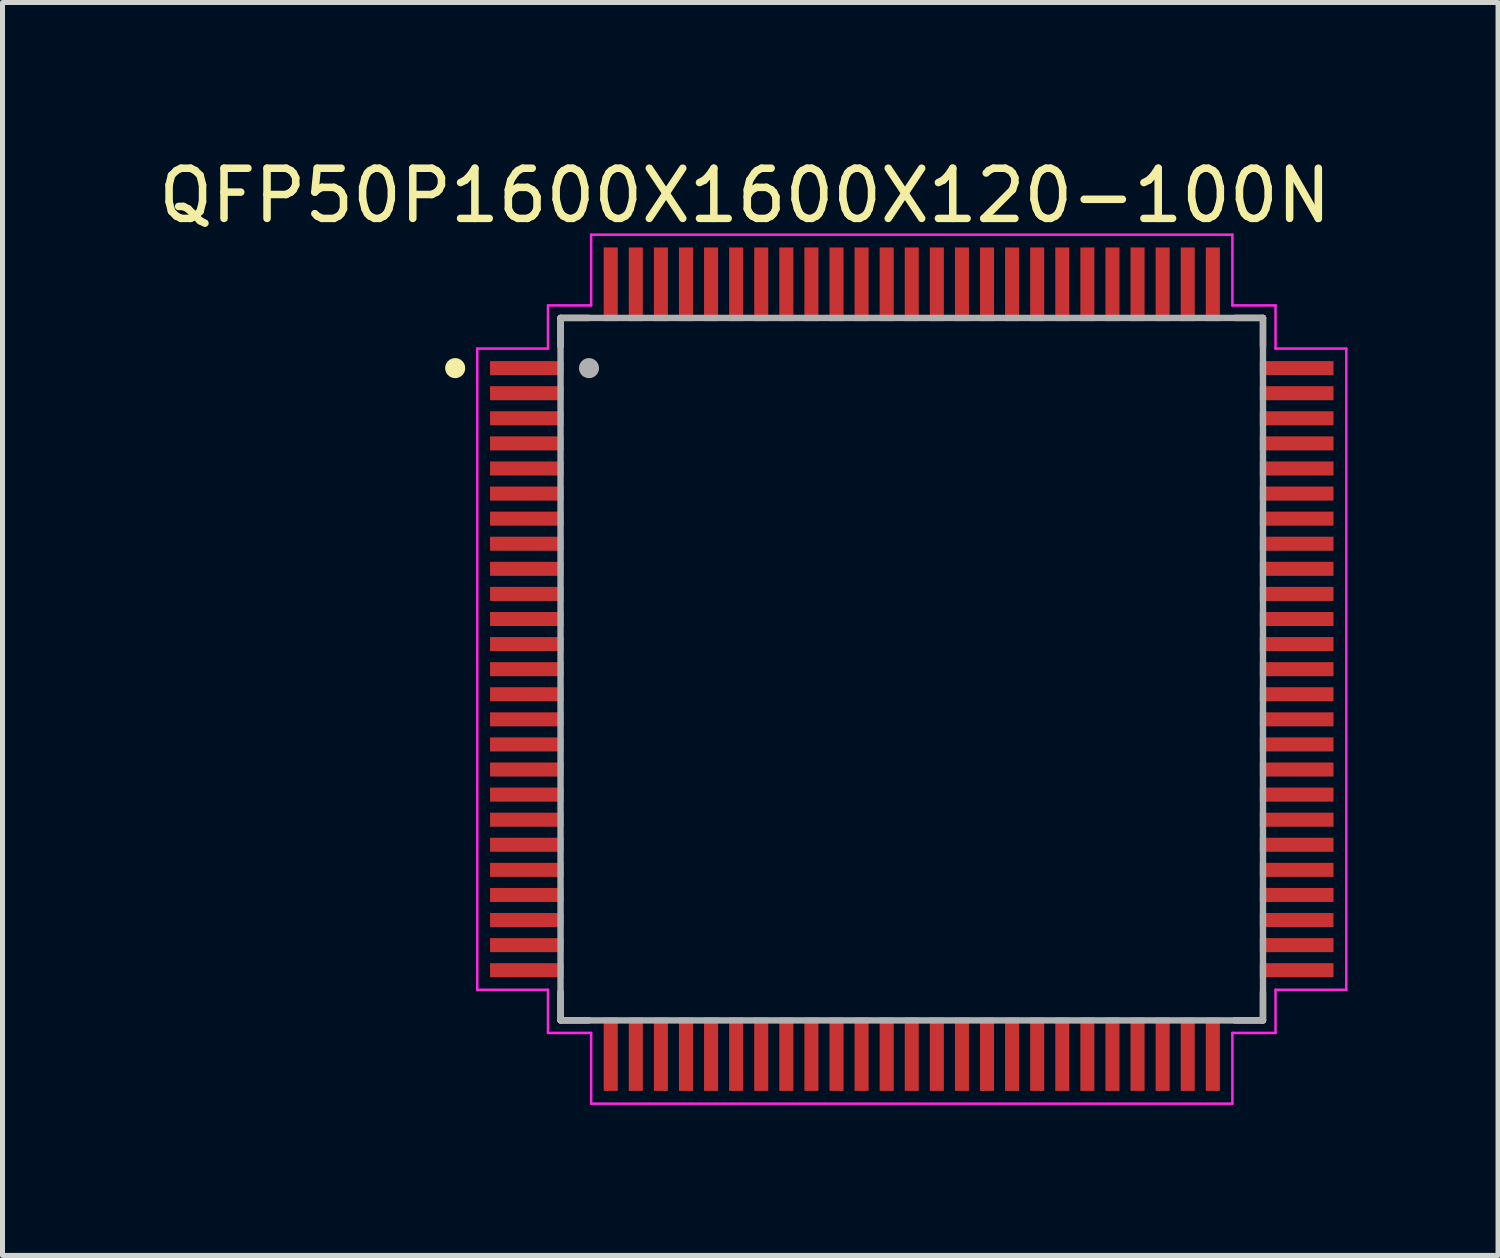
<source format=kicad_pcb>
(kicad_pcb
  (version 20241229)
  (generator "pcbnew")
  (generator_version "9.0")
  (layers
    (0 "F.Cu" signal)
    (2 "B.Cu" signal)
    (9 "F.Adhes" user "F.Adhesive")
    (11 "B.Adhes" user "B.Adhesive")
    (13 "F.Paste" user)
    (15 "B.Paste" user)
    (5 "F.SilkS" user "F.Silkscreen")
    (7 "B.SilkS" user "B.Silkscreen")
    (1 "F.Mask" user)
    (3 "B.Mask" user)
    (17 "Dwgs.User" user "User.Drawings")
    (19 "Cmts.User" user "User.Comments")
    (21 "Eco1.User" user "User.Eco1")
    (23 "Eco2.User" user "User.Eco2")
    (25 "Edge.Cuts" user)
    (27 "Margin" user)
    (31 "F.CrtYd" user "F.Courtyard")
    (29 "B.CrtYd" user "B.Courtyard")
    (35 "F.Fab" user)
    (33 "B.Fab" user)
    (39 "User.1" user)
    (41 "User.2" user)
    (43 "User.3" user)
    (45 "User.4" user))
  (footprint "QFP50P1600X1600X120-100N"
    (layer "F.Cu")
    (at 15.122 10.287)
    (property "Reference" "QFP50P1600X1600X120-100N" (at -3.326 -9.439 0) (layer "F.SilkS") (effects (font (size 1 1) (thickness 0.15))))
    (attr through_hole)
    (fp_line (start -7 -7) (end -6.437 -7) (stroke (width 0.127) (type solid)) (layer "F.SilkS"))
    (fp_line (start -7 -6.437) (end -7 -7) (stroke (width 0.127) (type solid)) (layer "F.SilkS"))
    (fp_line (start -7 6.437) (end -7 7) (stroke (width 0.127) (type solid)) (layer "F.SilkS"))
    (fp_line (start -7 7) (end -6.437 7) (stroke (width 0.127) (type solid)) (layer "F.SilkS"))
    (fp_line (start 6.437 -7) (end 7 -7) (stroke (width 0.127) (type solid)) (layer "F.SilkS"))
    (fp_line (start 6.437 7) (end 7 7) (stroke (width 0.127) (type solid)) (layer "F.SilkS"))
    (fp_line (start 7 -7) (end 7 -6.437) (stroke (width 0.127) (type solid)) (layer "F.SilkS"))
    (fp_line (start 7 7) (end 7 6.437) (stroke (width 0.127) (type solid)) (layer "F.SilkS"))
    (fp_circle (center -9.1 -6) (end -9 -6) (stroke (width 0.2) (type solid)) (fill no) (layer "F.SilkS"))
    (fp_line (start -8.66 -6.39) (end -7.25 -6.39) (stroke (width 0.05) (type solid)) (layer "F.CrtYd"))
    (fp_line (start -8.66 6.39) (end -8.66 -6.39) (stroke (width 0.05) (type solid)) (layer "F.CrtYd"))
    (fp_line (start -7.25 -7.25) (end -6.39 -7.25) (stroke (width 0.05) (type solid)) (layer "F.CrtYd"))
    (fp_line (start -7.25 -6.39) (end -7.25 -7.25) (stroke (width 0.05) (type solid)) (layer "F.CrtYd"))
    (fp_line (start -7.25 6.39) (end -8.66 6.39) (stroke (width 0.05) (type solid)) (layer "F.CrtYd"))
    (fp_line (start -7.25 7.25) (end -7.25 6.39) (stroke (width 0.05) (type solid)) (layer "F.CrtYd"))
    (fp_line (start -6.39 -8.66) (end 6.39 -8.66) (stroke (width 0.05) (type solid)) (layer "F.CrtYd"))
    (fp_line (start -6.39 -7.25) (end -6.39 -8.66) (stroke (width 0.05) (type solid)) (layer "F.CrtYd"))
    (fp_line (start -6.39 7.25) (end -7.25 7.25) (stroke (width 0.05) (type solid)) (layer "F.CrtYd"))
    (fp_line (start -6.39 8.66) (end -6.39 7.25) (stroke (width 0.05) (type solid)) (layer "F.CrtYd"))
    (fp_line (start 6.39 -8.66) (end 6.39 -7.25) (stroke (width 0.05) (type solid)) (layer "F.CrtYd"))
    (fp_line (start 6.39 -7.25) (end 7.25 -7.25) (stroke (width 0.05) (type solid)) (layer "F.CrtYd"))
    (fp_line (start 6.39 7.25) (end 6.39 8.66) (stroke (width 0.05) (type solid)) (layer "F.CrtYd"))
    (fp_line (start 6.39 8.66) (end -6.39 8.66) (stroke (width 0.05) (type solid)) (layer "F.CrtYd"))
    (fp_line (start 7.25 -7.25) (end 7.25 -6.39) (stroke (width 0.05) (type solid)) (layer "F.CrtYd"))
    (fp_line (start 7.25 -6.39) (end 8.66 -6.39) (stroke (width 0.05) (type solid)) (layer "F.CrtYd"))
    (fp_line (start 7.25 6.39) (end 7.25 7.25) (stroke (width 0.05) (type solid)) (layer "F.CrtYd"))
    (fp_line (start 7.25 7.25) (end 6.39 7.25) (stroke (width 0.05) (type solid)) (layer "F.CrtYd"))
    (fp_line (start 8.66 -6.39) (end 8.66 6.39) (stroke (width 0.05) (type solid)) (layer "F.CrtYd"))
    (fp_line (start 8.66 6.39) (end 7.25 6.39) (stroke (width 0.05) (type solid)) (layer "F.CrtYd"))
    (fp_line (start -7 -7) (end 7 -7) (stroke (width 0.127) (type solid)) (layer "F.Fab"))
    (fp_line (start -7 7) (end -7 -7) (stroke (width 0.127) (type solid)) (layer "F.Fab"))
    (fp_line (start 7 -7) (end 7 7) (stroke (width 0.127) (type solid)) (layer "F.Fab"))
    (fp_line (start 7 7) (end -7 7) (stroke (width 0.127) (type solid)) (layer "F.Fab"))
    (fp_circle (center -6.433 -6) (end -6.333 -6) (stroke (width 0.2) (type solid)) (fill no) (layer "F.Fab"))
    (pad "1" smd rect (at -7.67 -6) (size 1.47 0.28) (layers "F.Cu" "F.Mask" "F.Paste"))
    (pad "2" smd rect (at -7.67 -5.5) (size 1.47 0.28) (layers "F.Cu" "F.Mask" "F.Paste"))
    (pad "3" smd rect (at -7.67 -5) (size 1.47 0.28) (layers "F.Cu" "F.Mask" "F.Paste"))
    (pad "4" smd rect (at -7.67 -4.5) (size 1.47 0.28) (layers "F.Cu" "F.Mask" "F.Paste"))
    (pad "5" smd rect (at -7.67 -4) (size 1.47 0.28) (layers "F.Cu" "F.Mask" "F.Paste"))
    (pad "6" smd rect (at -7.67 -3.5) (size 1.47 0.28) (layers "F.Cu" "F.Mask" "F.Paste"))
    (pad "7" smd rect (at -7.67 -3) (size 1.47 0.28) (layers "F.Cu" "F.Mask" "F.Paste"))
    (pad "8" smd rect (at -7.67 -2.5) (size 1.47 0.28) (layers "F.Cu" "F.Mask" "F.Paste"))
    (pad "9" smd rect (at -7.67 -2) (size 1.47 0.28) (layers "F.Cu" "F.Mask" "F.Paste"))
    (pad "10" smd rect (at -7.67 -1.5) (size 1.47 0.28) (layers "F.Cu" "F.Mask" "F.Paste"))
    (pad "11" smd rect (at -7.67 -1) (size 1.47 0.28) (layers "F.Cu" "F.Mask" "F.Paste"))
    (pad "12" smd rect (at -7.67 -0.5) (size 1.47 0.28) (layers "F.Cu" "F.Mask" "F.Paste"))
    (pad "13" smd rect (at -7.67 0) (size 1.47 0.28) (layers "F.Cu" "F.Mask" "F.Paste"))
    (pad "14" smd rect (at -7.67 0.5) (size 1.47 0.28) (layers "F.Cu" "F.Mask" "F.Paste"))
    (pad "15" smd rect (at -7.67 1) (size 1.47 0.28) (layers "F.Cu" "F.Mask" "F.Paste"))
    (pad "16" smd rect (at -7.67 1.5) (size 1.47 0.28) (layers "F.Cu" "F.Mask" "F.Paste"))
    (pad "17" smd rect (at -7.67 2) (size 1.47 0.28) (layers "F.Cu" "F.Mask" "F.Paste"))
    (pad "18" smd rect (at -7.67 2.5) (size 1.47 0.28) (layers "F.Cu" "F.Mask" "F.Paste"))
    (pad "19" smd rect (at -7.67 3) (size 1.47 0.28) (layers "F.Cu" "F.Mask" "F.Paste"))
    (pad "20" smd rect (at -7.67 3.5) (size 1.47 0.28) (layers "F.Cu" "F.Mask" "F.Paste"))
    (pad "21" smd rect (at -7.67 4) (size 1.47 0.28) (layers "F.Cu" "F.Mask" "F.Paste"))
    (pad "22" smd rect (at -7.67 4.5) (size 1.47 0.28) (layers "F.Cu" "F.Mask" "F.Paste"))
    (pad "23" smd rect (at -7.67 5) (size 1.47 0.28) (layers "F.Cu" "F.Mask" "F.Paste"))
    (pad "24" smd rect (at -7.67 5.5) (size 1.47 0.28) (layers "F.Cu" "F.Mask" "F.Paste"))
    (pad "25" smd rect (at -7.67 6) (size 1.47 0.28) (layers "F.Cu" "F.Mask" "F.Paste"))
    (pad "26" smd rect (at -6 7.67) (size 0.28 1.47) (layers "F.Cu" "F.Mask" "F.Paste"))
    (pad "27" smd rect (at -5.5 7.67) (size 0.28 1.47) (layers "F.Cu" "F.Mask" "F.Paste"))
    (pad "28" smd rect (at -5 7.67) (size 0.28 1.47) (layers "F.Cu" "F.Mask" "F.Paste"))
    (pad "29" smd rect (at -4.5 7.67) (size 0.28 1.47) (layers "F.Cu" "F.Mask" "F.Paste"))
    (pad "30" smd rect (at -4 7.67) (size 0.28 1.47) (layers "F.Cu" "F.Mask" "F.Paste"))
    (pad "31" smd rect (at -3.5 7.67) (size 0.28 1.47) (layers "F.Cu" "F.Mask" "F.Paste"))
    (pad "32" smd rect (at -3 7.67) (size 0.28 1.47) (layers "F.Cu" "F.Mask" "F.Paste"))
    (pad "33" smd rect (at -2.5 7.67) (size 0.28 1.47) (layers "F.Cu" "F.Mask" "F.Paste"))
    (pad "34" smd rect (at -2 7.67) (size 0.28 1.47) (layers "F.Cu" "F.Mask" "F.Paste"))
    (pad "35" smd rect (at -1.5 7.67) (size 0.28 1.47) (layers "F.Cu" "F.Mask" "F.Paste"))
    (pad "36" smd rect (at -1 7.67) (size 0.28 1.47) (layers "F.Cu" "F.Mask" "F.Paste"))
    (pad "37" smd rect (at -0.5 7.67) (size 0.28 1.47) (layers "F.Cu" "F.Mask" "F.Paste"))
    (pad "38" smd rect (at 0 7.67) (size 0.28 1.47) (layers "F.Cu" "F.Mask" "F.Paste"))
    (pad "39" smd rect (at 0.5 7.67) (size 0.28 1.47) (layers "F.Cu" "F.Mask" "F.Paste"))
    (pad "40" smd rect (at 1 7.67) (size 0.28 1.47) (layers "F.Cu" "F.Mask" "F.Paste"))
    (pad "41" smd rect (at 1.5 7.67) (size 0.28 1.47) (layers "F.Cu" "F.Mask" "F.Paste"))
    (pad "42" smd rect (at 2 7.67) (size 0.28 1.47) (layers "F.Cu" "F.Mask" "F.Paste"))
    (pad "43" smd rect (at 2.5 7.67) (size 0.28 1.47) (layers "F.Cu" "F.Mask" "F.Paste"))
    (pad "44" smd rect (at 3 7.67) (size 0.28 1.47) (layers "F.Cu" "F.Mask" "F.Paste"))
    (pad "45" smd rect (at 3.5 7.67) (size 0.28 1.47) (layers "F.Cu" "F.Mask" "F.Paste"))
    (pad "46" smd rect (at 4 7.67) (size 0.28 1.47) (layers "F.Cu" "F.Mask" "F.Paste"))
    (pad "47" smd rect (at 4.5 7.67) (size 0.28 1.47) (layers "F.Cu" "F.Mask" "F.Paste"))
    (pad "48" smd rect (at 5 7.67) (size 0.28 1.47) (layers "F.Cu" "F.Mask" "F.Paste"))
    (pad "49" smd rect (at 5.5 7.67) (size 0.28 1.47) (layers "F.Cu" "F.Mask" "F.Paste"))
    (pad "50" smd rect (at 6 7.67) (size 0.28 1.47) (layers "F.Cu" "F.Mask" "F.Paste"))
    (pad "51" smd rect (at 7.67 6) (size 1.47 0.28) (layers "F.Cu" "F.Mask" "F.Paste"))
    (pad "52" smd rect (at 7.67 5.5) (size 1.47 0.28) (layers "F.Cu" "F.Mask" "F.Paste"))
    (pad "53" smd rect (at 7.67 5) (size 1.47 0.28) (layers "F.Cu" "F.Mask" "F.Paste"))
    (pad "54" smd rect (at 7.67 4.5) (size 1.47 0.28) (layers "F.Cu" "F.Mask" "F.Paste"))
    (pad "55" smd rect (at 7.67 4) (size 1.47 0.28) (layers "F.Cu" "F.Mask" "F.Paste"))
    (pad "56" smd rect (at 7.67 3.5) (size 1.47 0.28) (layers "F.Cu" "F.Mask" "F.Paste"))
    (pad "57" smd rect (at 7.67 3) (size 1.47 0.28) (layers "F.Cu" "F.Mask" "F.Paste"))
    (pad "58" smd rect (at 7.67 2.5) (size 1.47 0.28) (layers "F.Cu" "F.Mask" "F.Paste"))
    (pad "59" smd rect (at 7.67 2) (size 1.47 0.28) (layers "F.Cu" "F.Mask" "F.Paste"))
    (pad "60" smd rect (at 7.67 1.5) (size 1.47 0.28) (layers "F.Cu" "F.Mask" "F.Paste"))
    (pad "61" smd rect (at 7.67 1) (size 1.47 0.28) (layers "F.Cu" "F.Mask" "F.Paste"))
    (pad "62" smd rect (at 7.67 0.5) (size 1.47 0.28) (layers "F.Cu" "F.Mask" "F.Paste"))
    (pad "63" smd rect (at 7.67 0) (size 1.47 0.28) (layers "F.Cu" "F.Mask" "F.Paste"))
    (pad "64" smd rect (at 7.67 -0.5) (size 1.47 0.28) (layers "F.Cu" "F.Mask" "F.Paste"))
    (pad "65" smd rect (at 7.67 -1) (size 1.47 0.28) (layers "F.Cu" "F.Mask" "F.Paste"))
    (pad "66" smd rect (at 7.67 -1.5) (size 1.47 0.28) (layers "F.Cu" "F.Mask" "F.Paste"))
    (pad "67" smd rect (at 7.67 -2) (size 1.47 0.28) (layers "F.Cu" "F.Mask" "F.Paste"))
    (pad "68" smd rect (at 7.67 -2.5) (size 1.47 0.28) (layers "F.Cu" "F.Mask" "F.Paste"))
    (pad "69" smd rect (at 7.67 -3) (size 1.47 0.28) (layers "F.Cu" "F.Mask" "F.Paste"))
    (pad "70" smd rect (at 7.67 -3.5) (size 1.47 0.28) (layers "F.Cu" "F.Mask" "F.Paste"))
    (pad "71" smd rect (at 7.67 -4) (size 1.47 0.28) (layers "F.Cu" "F.Mask" "F.Paste"))
    (pad "72" smd rect (at 7.67 -4.5) (size 1.47 0.28) (layers "F.Cu" "F.Mask" "F.Paste"))
    (pad "73" smd rect (at 7.67 -5) (size 1.47 0.28) (layers "F.Cu" "F.Mask" "F.Paste"))
    (pad "74" smd rect (at 7.67 -5.5) (size 1.47 0.28) (layers "F.Cu" "F.Mask" "F.Paste"))
    (pad "75" smd rect (at 7.67 -6) (size 1.47 0.28) (layers "F.Cu" "F.Mask" "F.Paste"))
    (pad "76" smd rect (at 6 -7.67) (size 0.28 1.47) (layers "F.Cu" "F.Mask" "F.Paste"))
    (pad "77" smd rect (at 5.5 -7.67) (size 0.28 1.47) (layers "F.Cu" "F.Mask" "F.Paste"))
    (pad "78" smd rect (at 5 -7.67) (size 0.28 1.47) (layers "F.Cu" "F.Mask" "F.Paste"))
    (pad "79" smd rect (at 4.5 -7.67) (size 0.28 1.47) (layers "F.Cu" "F.Mask" "F.Paste"))
    (pad "80" smd rect (at 4 -7.67) (size 0.28 1.47) (layers "F.Cu" "F.Mask" "F.Paste"))
    (pad "81" smd rect (at 3.5 -7.67) (size 0.28 1.47) (layers "F.Cu" "F.Mask" "F.Paste"))
    (pad "82" smd rect (at 3 -7.67) (size 0.28 1.47) (layers "F.Cu" "F.Mask" "F.Paste"))
    (pad "83" smd rect (at 2.5 -7.67) (size 0.28 1.47) (layers "F.Cu" "F.Mask" "F.Paste"))
    (pad "84" smd rect (at 2 -7.67) (size 0.28 1.47) (layers "F.Cu" "F.Mask" "F.Paste"))
    (pad "85" smd rect (at 1.5 -7.67) (size 0.28 1.47) (layers "F.Cu" "F.Mask" "F.Paste"))
    (pad "86" smd rect (at 1 -7.67) (size 0.28 1.47) (layers "F.Cu" "F.Mask" "F.Paste"))
    (pad "87" smd rect (at 0.5 -7.67) (size 0.28 1.47) (layers "F.Cu" "F.Mask" "F.Paste"))
    (pad "88" smd rect (at 0 -7.67) (size 0.28 1.47) (layers "F.Cu" "F.Mask" "F.Paste"))
    (pad "89" smd rect (at -0.5 -7.67) (size 0.28 1.47) (layers "F.Cu" "F.Mask" "F.Paste"))
    (pad "90" smd rect (at -1 -7.67) (size 0.28 1.47) (layers "F.Cu" "F.Mask" "F.Paste"))
    (pad "91" smd rect (at -1.5 -7.67) (size 0.28 1.47) (layers "F.Cu" "F.Mask" "F.Paste"))
    (pad "92" smd rect (at -2 -7.67) (size 0.28 1.47) (layers "F.Cu" "F.Mask" "F.Paste"))
    (pad "93" smd rect (at -2.5 -7.67) (size 0.28 1.47) (layers "F.Cu" "F.Mask" "F.Paste"))
    (pad "94" smd rect (at -3 -7.67) (size 0.28 1.47) (layers "F.Cu" "F.Mask" "F.Paste"))
    (pad "95" smd rect (at -3.5 -7.67) (size 0.28 1.47) (layers "F.Cu" "F.Mask" "F.Paste"))
    (pad "96" smd rect (at -4 -7.67) (size 0.28 1.47) (layers "F.Cu" "F.Mask" "F.Paste"))
    (pad "97" smd rect (at -4.5 -7.67) (size 0.28 1.47) (layers "F.Cu" "F.Mask" "F.Paste"))
    (pad "98" smd rect (at -5 -7.67) (size 0.28 1.47) (layers "F.Cu" "F.Mask" "F.Paste"))
    (pad "99" smd rect (at -5.5 -7.67) (size 0.28 1.47) (layers "F.Cu" "F.Mask" "F.Paste"))
    (pad "100" smd rect (at -6 -7.67) (size 0.28 1.47) (layers "F.Cu" "F.Mask" "F.Paste")))
  (gr_rect
    (start -3 -3)
    (end 26.807 21.972)
    (stroke (width 0.1) (type default))
    (fill no)
    (layer "Edge.Cuts")))
</source>
